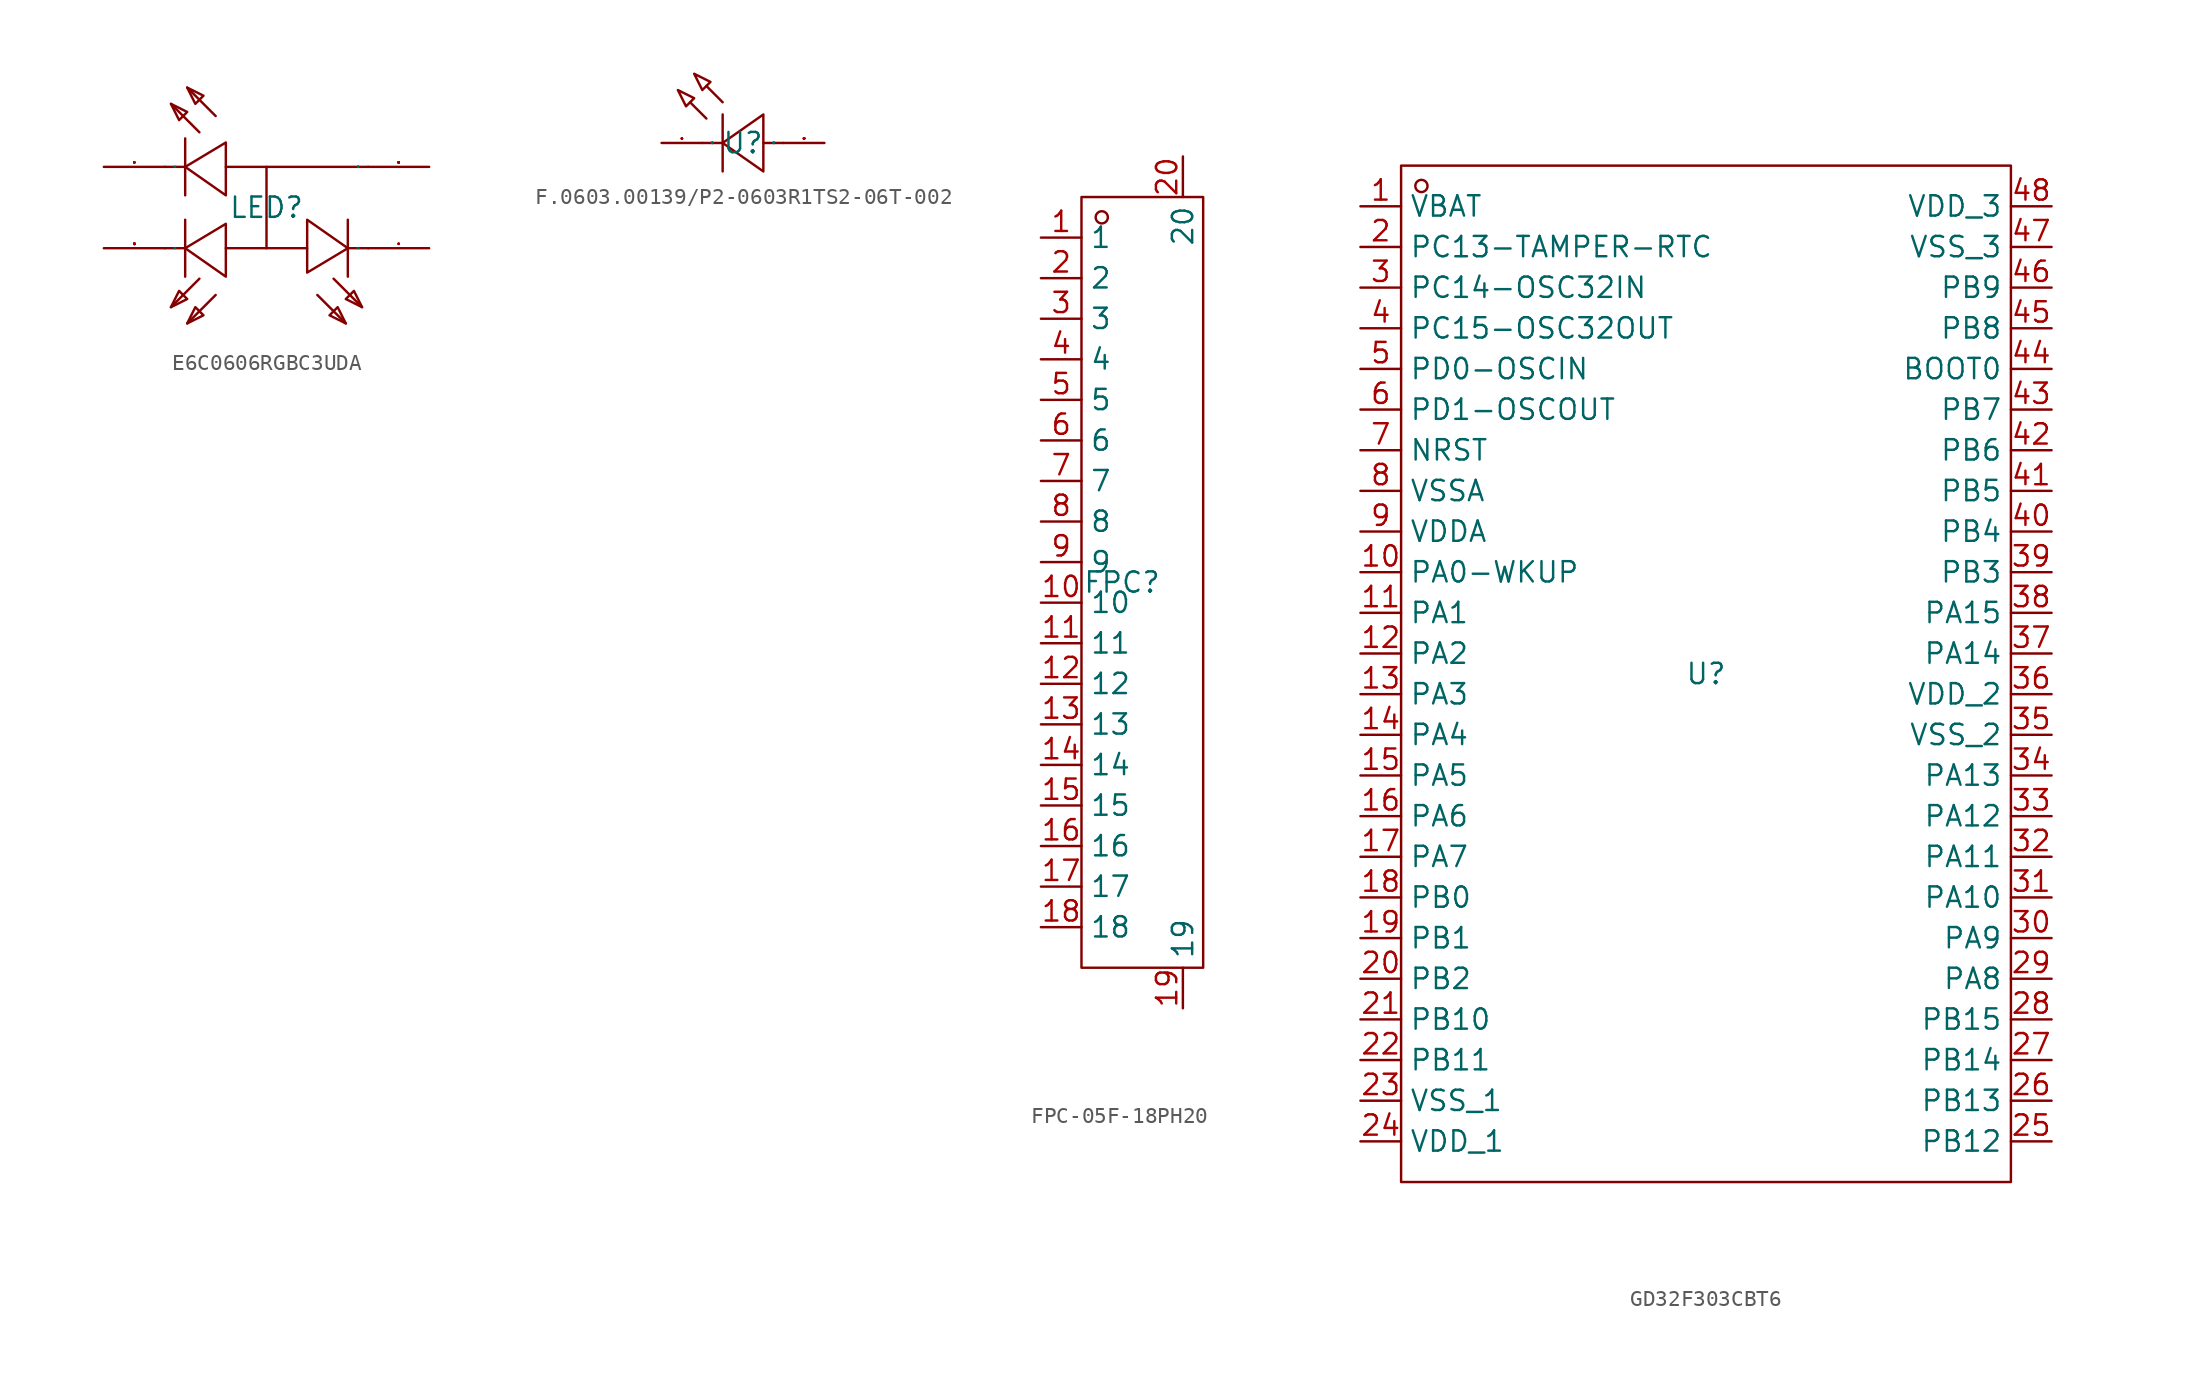
<source format=kicad_sym>
(kicad_symbol_lib
  (version 20241209)
  (generator "kicad_symbol_editor")
  (generator_version "9.0")
  (symbol "E6C0606RGBC3UDA"
    (property "Reference" "LED"
      (at 0 0 0)
      (effects (font (size 1.27 1.27))))
    (property "Value" ""
      (at 0 0 0)
      (effects (font (size 1.27 1.27))))
    (symbol "E6C0606RGBC3UDA_1_0"
      (polyline (pts (xy -6.35 -2.54) (xy -5.08 -2.54)) (stroke (width 0) (type default)) (fill (type none)))
      (polyline (pts (xy -5.969 6.477) (xy -4.953 5.969) (xy -4.953 5.969) (xy -5.461 5.461) (xy -5.461 5.461) (xy -5.969 6.477)) (stroke (width 0) (type default)) (fill (type none)))
      (polyline (pts (xy -5.969 -6.223) (xy -5.461 -5.207) (xy -5.461 -5.207) (xy -4.953 -5.715) (xy -4.953 -5.715) (xy -5.969 -6.223)) (stroke (width 0) (type default)) (fill (type none)))
      (polyline (pts (xy -5.08 4.318) (xy -5.08 0.762)) (stroke (width 0) (type default)) (fill (type none)))
      (polyline (pts (xy -5.08 2.54) (xy -6.35 2.54)) (stroke (width 0) (type default)) (fill (type none)))
      (polyline (pts (xy -5.08 -0.762) (xy -5.08 -4.318)) (stroke (width 0) (type default)) (fill (type none)))
      (polyline (pts (xy -4.953 7.493) (xy -3.937 6.985) (xy -3.937 6.985) (xy -4.445 6.477) (xy -4.445 6.477) (xy -4.953 7.493)) (stroke (width 0) (type default)) (fill (type none)))
      (polyline (pts (xy -4.953 -7.239) (xy -4.445 -6.223) (xy -4.445 -6.223) (xy -3.937 -6.731) (xy -3.937 -6.731) (xy -4.953 -7.239)) (stroke (width 0) (type default)) (fill (type none)))
      (polyline (pts (xy -4.191 4.699) (xy -5.969 6.477)) (stroke (width 0) (type default)) (fill (type none)))
      (polyline (pts (xy -4.191 -4.445) (xy -5.969 -6.223)) (stroke (width 0) (type default)) (fill (type none)))
      (polyline (pts (xy -3.175 5.715) (xy -4.953 7.493)) (stroke (width 0) (type default)) (fill (type none)))
      (polyline (pts (xy -3.175 -5.461) (xy -4.953 -7.239)) (stroke (width 0) (type default)) (fill (type none)))
      (polyline (pts (xy -2.54 4.064) (xy -5.08 2.54) (xy -5.08 2.54) (xy -2.54 0.762) (xy -2.54 0.762) (xy -2.54 4.064)) (stroke (width 0) (type default)) (fill (type none)))
      (polyline (pts (xy -2.54 -1.016) (xy -5.08 -2.54) (xy -5.08 -2.54) (xy -2.54 -4.318) (xy -2.54 -4.318) (xy -2.54 -1.016)) (stroke (width 0) (type default)) (fill (type none)))
      (polyline (pts (xy 0 -2.54) (xy 0 2.54)) (stroke (width 0) (type default)) (fill (type none)))
      (polyline (pts (xy 2.54 -2.54) (xy -2.54 -2.54)) (stroke (width 0) (type default)) (fill (type none)))
      (polyline (pts (xy 2.54 -4.064) (xy 5.08 -2.54) (xy 5.08 -2.54) (xy 2.54 -0.762) (xy 2.54 -0.762) (xy 2.54 -4.064)) (stroke (width 0) (type default)) (fill (type none)))
      (polyline (pts (xy 3.175 -5.461) (xy 4.953 -7.239)) (stroke (width 0) (type default)) (fill (type none)))
      (polyline (pts (xy 4.191 -4.445) (xy 5.969 -6.223)) (stroke (width 0) (type default)) (fill (type none)))
      (polyline (pts (xy 4.953 -7.239) (xy 3.937 -6.731) (xy 3.937 -6.731) (xy 4.445 -6.223) (xy 4.445 -6.223) (xy 4.953 -7.239)) (stroke (width 0) (type default)) (fill (type none)))
      (polyline (pts (xy 5.08 -4.318) (xy 5.08 -0.762)) (stroke (width 0) (type default)) (fill (type none)))
      (polyline (pts (xy 5.969 -6.223) (xy 4.953 -5.715) (xy 4.953 -5.715) (xy 5.461 -5.207) (xy 5.461 -5.207) (xy 5.969 -6.223)) (stroke (width 0) (type default)) (fill (type none)))
      (polyline (pts (xy 6.35 2.54) (xy -2.54 2.54)) (stroke (width 0) (type default)) (fill (type none)))
      (polyline (pts (xy 6.35 -2.54) (xy 5.08 -2.54)) (stroke (width 0) (type default)) (fill (type none)))
      (pin input line (at -10.16 2.54 0) (length 3.81) (name "-" (effects (font (size 0.025 0.025)))) (number "1" (effects (font (size 0.025 0.025)))))
      (pin input line (at -10.16 -2.54 0) (length 3.81) (name "-" (effects (font (size 0.025 0.025)))) (number "3" (effects (font (size 0.025 0.025)))))
      (pin input line (at 10.16 2.54 180) (length 3.81) (name "+" (effects (font (size 0.025 0.025)))) (number "2" (effects (font (size 0.025 0.025)))))
      (pin input line (at 10.16 -2.54 180) (length 3.81) (name "-" (effects (font (size 0.025 0.025)))) (number "4" (effects (font (size 0.025 0.025)))))))
  (symbol "F.0603.00139/P2-0603R1TS2-06T-002"
    (property "Reference" "U"
      (at 0 0 0)
      (effects (font (size 1.27 1.27))))
    (property "Value" ""
      (at 0 0 0)
      (effects (font (size 1.27 1.27))))
    (symbol "F.0603.00139/P2-0603R1TS2-06T-002_1_0"
      (polyline (pts (xy -4.064 3.302) (xy -3.048 2.794) (xy -3.048 2.794) (xy -3.556 2.286) (xy -3.556 2.286) (xy -4.064 3.302)) (stroke (width 0) (type default)) (fill (type none)))
      (polyline (pts (xy -3.048 4.318) (xy -2.032 3.81) (xy -2.032 3.81) (xy -2.54 3.302) (xy -2.54 3.302) (xy -3.048 4.318)) (stroke (width 0) (type default)) (fill (type none)))
      (polyline (pts (xy -2.286 1.524) (xy -3.302 2.54)) (stroke (width 0) (type default)) (fill (type none)))
      (polyline (pts (xy -1.27 2.54) (xy -2.286 3.556)) (stroke (width 0) (type default)) (fill (type none)))
      (polyline (pts (xy -1.27 1.778) (xy -1.27 -1.778)) (stroke (width 0) (type default)) (fill (type none)))
      (polyline (pts (xy -1.27 0) (xy -2.54 0)) (stroke (width 0) (type default)) (fill (type none)))
      (polyline (pts (xy 1.27 1.778) (xy -1.27 0) (xy -1.27 0) (xy 1.27 -1.778) (xy 1.27 -1.778) (xy 1.27 1.778)) (stroke (width 0) (type default)) (fill (type none)))
      (polyline (pts (xy 2.54 0) (xy 1.27 0)) (stroke (width 0) (type default)) (fill (type none)))
      (pin unspecified line (at -5.08 0 0) (length 2.54) (name "K" (effects (font (size 0.025 0.025)))) (number "1" (effects (font (size 0.025 0.025)))))
      (pin unspecified line (at 5.08 0 180) (length 2.54) (name "A" (effects (font (size 0.025 0.025)))) (number "2" (effects (font (size 0.025 0.025)))))))
  (symbol "FPC-05F-18PH20"
    (property "Reference" "FPC"
      (at 0 0 0)
      (effects (font (size 1.27 1.27))))
    (property "Value" ""
      (at 0 0 0)
      (effects (font (size 1.27 1.27))))
    (symbol "FPC-05F-18PH20_1_0"
      (rectangle (start -2.54 -24.13) (end 5.08 24.13) (stroke (width 0) (type default)) (fill (type none)))
      (circle (center -1.27 22.86) (radius 0.381) (stroke (width 0) (type default)) (fill (type none)))
      (pin input line (at -5.08 21.59 0) (length 2.54) (name "1" (effects (font (size 1.27 1.27)))) (number "1" (effects (font (size 1.27 1.27)))))
      (pin input line (at -5.08 19.05 0) (length 2.54) (name "2" (effects (font (size 1.27 1.27)))) (number "2" (effects (font (size 1.27 1.27)))))
      (pin input line (at -5.08 16.51 0) (length 2.54) (name "3" (effects (font (size 1.27 1.27)))) (number "3" (effects (font (size 1.27 1.27)))))
      (pin input line (at -5.08 13.97 0) (length 2.54) (name "4" (effects (font (size 1.27 1.27)))) (number "4" (effects (font (size 1.27 1.27)))))
      (pin input line (at -5.08 11.43 0) (length 2.54) (name "5" (effects (font (size 1.27 1.27)))) (number "5" (effects (font (size 1.27 1.27)))))
      (pin input line (at -5.08 8.89 0) (length 2.54) (name "6" (effects (font (size 1.27 1.27)))) (number "6" (effects (font (size 1.27 1.27)))))
      (pin input line (at -5.08 6.35 0) (length 2.54) (name "7" (effects (font (size 1.27 1.27)))) (number "7" (effects (font (size 1.27 1.27)))))
      (pin input line (at -5.08 3.81 0) (length 2.54) (name "8" (effects (font (size 1.27 1.27)))) (number "8" (effects (font (size 1.27 1.27)))))
      (pin input line (at -5.08 1.27 0) (length 2.54) (name "9" (effects (font (size 1.27 1.27)))) (number "9" (effects (font (size 1.27 1.27)))))
      (pin input line (at -5.08 -1.27 0) (length 2.54) (name "10" (effects (font (size 1.27 1.27)))) (number "10" (effects (font (size 1.27 1.27)))))
      (pin input line (at -5.08 -3.81 0) (length 2.54) (name "11" (effects (font (size 1.27 1.27)))) (number "11" (effects (font (size 1.27 1.27)))))
      (pin input line (at -5.08 -6.35 0) (length 2.54) (name "12" (effects (font (size 1.27 1.27)))) (number "12" (effects (font (size 1.27 1.27)))))
      (pin input line (at -5.08 -8.89 0) (length 2.54) (name "13" (effects (font (size 1.27 1.27)))) (number "13" (effects (font (size 1.27 1.27)))))
      (pin input line (at -5.08 -11.43 0) (length 2.54) (name "14" (effects (font (size 1.27 1.27)))) (number "14" (effects (font (size 1.27 1.27)))))
      (pin input line (at -5.08 -13.97 0) (length 2.54) (name "15" (effects (font (size 1.27 1.27)))) (number "15" (effects (font (size 1.27 1.27)))))
      (pin input line (at -5.08 -16.51 0) (length 2.54) (name "16" (effects (font (size 1.27 1.27)))) (number "16" (effects (font (size 1.27 1.27)))))
      (pin input line (at -5.08 -19.05 0) (length 2.54) (name "17" (effects (font (size 1.27 1.27)))) (number "17" (effects (font (size 1.27 1.27)))))
      (pin input line (at -5.08 -21.59 0) (length 2.54) (name "18" (effects (font (size 1.27 1.27)))) (number "18" (effects (font (size 1.27 1.27)))))
      (pin input line (at 3.81 26.67 270) (length 2.54) (name "20" (effects (font (size 1.27 1.27)))) (number "20" (effects (font (size 1.27 1.27)))))
      (pin input line (at 3.81 -26.67 90) (length 2.54) (name "19" (effects (font (size 1.27 1.27)))) (number "19" (effects (font (size 1.27 1.27)))))))
  (symbol "GD32F303CBT6"
    (property "Reference" "U"
      (at 0 0 0)
      (effects (font (size 1.27 1.27))))
    (property "Value" ""
      (at 0 0 0)
      (effects (font (size 1.27 1.27))))
    (symbol "GD32F303CBT6_1_0"
      (rectangle (start -19.05 -31.75) (end 19.05 31.75) (stroke (width 0) (type default)) (fill (type none)))
      (circle (center -17.78 30.48) (radius 0.381) (stroke (width 0) (type default)) (fill (type none)))
      (pin input line (at -21.59 29.21 0) (length 2.54) (name "VBAT" (effects (font (size 1.27 1.27)))) (number "1" (effects (font (size 1.27 1.27)))))
      (pin input line (at -21.59 26.67 0) (length 2.54) (name "PC13-TAMPER-RTC" (effects (font (size 1.27 1.27)))) (number "2" (effects (font (size 1.27 1.27)))))
      (pin input line (at -21.59 24.13 0) (length 2.54) (name "PC14-OSC32IN" (effects (font (size 1.27 1.27)))) (number "3" (effects (font (size 1.27 1.27)))))
      (pin input line (at -21.59 21.59 0) (length 2.54) (name "PC15-OSC32OUT" (effects (font (size 1.27 1.27)))) (number "4" (effects (font (size 1.27 1.27)))))
      (pin input line (at -21.59 19.05 0) (length 2.54) (name "PD0-OSCIN" (effects (font (size 1.27 1.27)))) (number "5" (effects (font (size 1.27 1.27)))))
      (pin input line (at -21.59 16.51 0) (length 2.54) (name "PD1-OSCOUT" (effects (font (size 1.27 1.27)))) (number "6" (effects (font (size 1.27 1.27)))))
      (pin input line (at -21.59 13.97 0) (length 2.54) (name "NRST" (effects (font (size 1.27 1.27)))) (number "7" (effects (font (size 1.27 1.27)))))
      (pin input line (at -21.59 11.43 0) (length 2.54) (name "VSSA" (effects (font (size 1.27 1.27)))) (number "8" (effects (font (size 1.27 1.27)))))
      (pin input line (at -21.59 8.89 0) (length 2.54) (name "VDDA" (effects (font (size 1.27 1.27)))) (number "9" (effects (font (size 1.27 1.27)))))
      (pin input line (at -21.59 6.35 0) (length 2.54) (name "PA0-WKUP" (effects (font (size 1.27 1.27)))) (number "10" (effects (font (size 1.27 1.27)))))
      (pin input line (at -21.59 3.81 0) (length 2.54) (name "PA1" (effects (font (size 1.27 1.27)))) (number "11" (effects (font (size 1.27 1.27)))))
      (pin input line (at -21.59 1.27 0) (length 2.54) (name "PA2" (effects (font (size 1.27 1.27)))) (number "12" (effects (font (size 1.27 1.27)))))
      (pin input line (at -21.59 -1.27 0) (length 2.54) (name "PA3" (effects (font (size 1.27 1.27)))) (number "13" (effects (font (size 1.27 1.27)))))
      (pin input line (at -21.59 -3.81 0) (length 2.54) (name "PA4" (effects (font (size 1.27 1.27)))) (number "14" (effects (font (size 1.27 1.27)))))
      (pin input line (at -21.59 -6.35 0) (length 2.54) (name "PA5" (effects (font (size 1.27 1.27)))) (number "15" (effects (font (size 1.27 1.27)))))
      (pin input line (at -21.59 -8.89 0) (length 2.54) (name "PA6" (effects (font (size 1.27 1.27)))) (number "16" (effects (font (size 1.27 1.27)))))
      (pin input line (at -21.59 -11.43 0) (length 2.54) (name "PA7" (effects (font (size 1.27 1.27)))) (number "17" (effects (font (size 1.27 1.27)))))
      (pin input line (at -21.59 -13.97 0) (length 2.54) (name "PB0" (effects (font (size 1.27 1.27)))) (number "18" (effects (font (size 1.27 1.27)))))
      (pin input line (at -21.59 -16.51 0) (length 2.54) (name "PB1" (effects (font (size 1.27 1.27)))) (number "19" (effects (font (size 1.27 1.27)))))
      (pin input line (at -21.59 -19.05 0) (length 2.54) (name "PB2" (effects (font (size 1.27 1.27)))) (number "20" (effects (font (size 1.27 1.27)))))
      (pin input line (at -21.59 -21.59 0) (length 2.54) (name "PB10" (effects (font (size 1.27 1.27)))) (number "21" (effects (font (size 1.27 1.27)))))
      (pin input line (at -21.59 -24.13 0) (length 2.54) (name "PB11" (effects (font (size 1.27 1.27)))) (number "22" (effects (font (size 1.27 1.27)))))
      (pin input line (at -21.59 -26.67 0) (length 2.54) (name "VSS_1" (effects (font (size 1.27 1.27)))) (number "23" (effects (font (size 1.27 1.27)))))
      (pin input line (at -21.59 -29.21 0) (length 2.54) (name "VDD_1" (effects (font (size 1.27 1.27)))) (number "24" (effects (font (size 1.27 1.27)))))
      (pin input line (at 21.59 29.21 180) (length 2.54) (name "VDD_3" (effects (font (size 1.27 1.27)))) (number "48" (effects (font (size 1.27 1.27)))))
      (pin input line (at 21.59 26.67 180) (length 2.54) (name "VSS_3" (effects (font (size 1.27 1.27)))) (number "47" (effects (font (size 1.27 1.27)))))
      (pin input line (at 21.59 24.13 180) (length 2.54) (name "PB9" (effects (font (size 1.27 1.27)))) (number "46" (effects (font (size 1.27 1.27)))))
      (pin input line (at 21.59 21.59 180) (length 2.54) (name "PB8" (effects (font (size 1.27 1.27)))) (number "45" (effects (font (size 1.27 1.27)))))
      (pin input line (at 21.59 19.05 180) (length 2.54) (name "BOOT0" (effects (font (size 1.27 1.27)))) (number "44" (effects (font (size 1.27 1.27)))))
      (pin input line (at 21.59 16.51 180) (length 2.54) (name "PB7" (effects (font (size 1.27 1.27)))) (number "43" (effects (font (size 1.27 1.27)))))
      (pin input line (at 21.59 13.97 180) (length 2.54) (name "PB6" (effects (font (size 1.27 1.27)))) (number "42" (effects (font (size 1.27 1.27)))))
      (pin input line (at 21.59 11.43 180) (length 2.54) (name "PB5" (effects (font (size 1.27 1.27)))) (number "41" (effects (font (size 1.27 1.27)))))
      (pin input line (at 21.59 8.89 180) (length 2.54) (name "PB4" (effects (font (size 1.27 1.27)))) (number "40" (effects (font (size 1.27 1.27)))))
      (pin input line (at 21.59 6.35 180) (length 2.54) (name "PB3" (effects (font (size 1.27 1.27)))) (number "39" (effects (font (size 1.27 1.27)))))
      (pin input line (at 21.59 3.81 180) (length 2.54) (name "PA15" (effects (font (size 1.27 1.27)))) (number "38" (effects (font (size 1.27 1.27)))))
      (pin input line (at 21.59 1.27 180) (length 2.54) (name "PA14" (effects (font (size 1.27 1.27)))) (number "37" (effects (font (size 1.27 1.27)))))
      (pin input line (at 21.59 -1.27 180) (length 2.54) (name "VDD_2" (effects (font (size 1.27 1.27)))) (number "36" (effects (font (size 1.27 1.27)))))
      (pin input line (at 21.59 -3.81 180) (length 2.54) (name "VSS_2" (effects (font (size 1.27 1.27)))) (number "35" (effects (font (size 1.27 1.27)))))
      (pin input line (at 21.59 -6.35 180) (length 2.54) (name "PA13" (effects (font (size 1.27 1.27)))) (number "34" (effects (font (size 1.27 1.27)))))
      (pin input line (at 21.59 -8.89 180) (length 2.54) (name "PA12" (effects (font (size 1.27 1.27)))) (number "33" (effects (font (size 1.27 1.27)))))
      (pin input line (at 21.59 -11.43 180) (length 2.54) (name "PA11" (effects (font (size 1.27 1.27)))) (number "32" (effects (font (size 1.27 1.27)))))
      (pin input line (at 21.59 -13.97 180) (length 2.54) (name "PA10" (effects (font (size 1.27 1.27)))) (number "31" (effects (font (size 1.27 1.27)))))
      (pin input line (at 21.59 -16.51 180) (length 2.54) (name "PA9" (effects (font (size 1.27 1.27)))) (number "30" (effects (font (size 1.27 1.27)))))
      (pin input line (at 21.59 -19.05 180) (length 2.54) (name "PA8" (effects (font (size 1.27 1.27)))) (number "29" (effects (font (size 1.27 1.27)))))
      (pin input line (at 21.59 -21.59 180) (length 2.54) (name "PB15" (effects (font (size 1.27 1.27)))) (number "28" (effects (font (size 1.27 1.27)))))
      (pin input line (at 21.59 -24.13 180) (length 2.54) (name "PB14" (effects (font (size 1.27 1.27)))) (number "27" (effects (font (size 1.27 1.27)))))
      (pin input line (at 21.59 -26.67 180) (length 2.54) (name "PB13" (effects (font (size 1.27 1.27)))) (number "26" (effects (font (size 1.27 1.27)))))
      (pin input line (at 21.59 -29.21 180) (length 2.54) (name "PB12" (effects (font (size 1.27 1.27)))) (number "25" (effects (font (size 1.27 1.27))))))))
</source>
